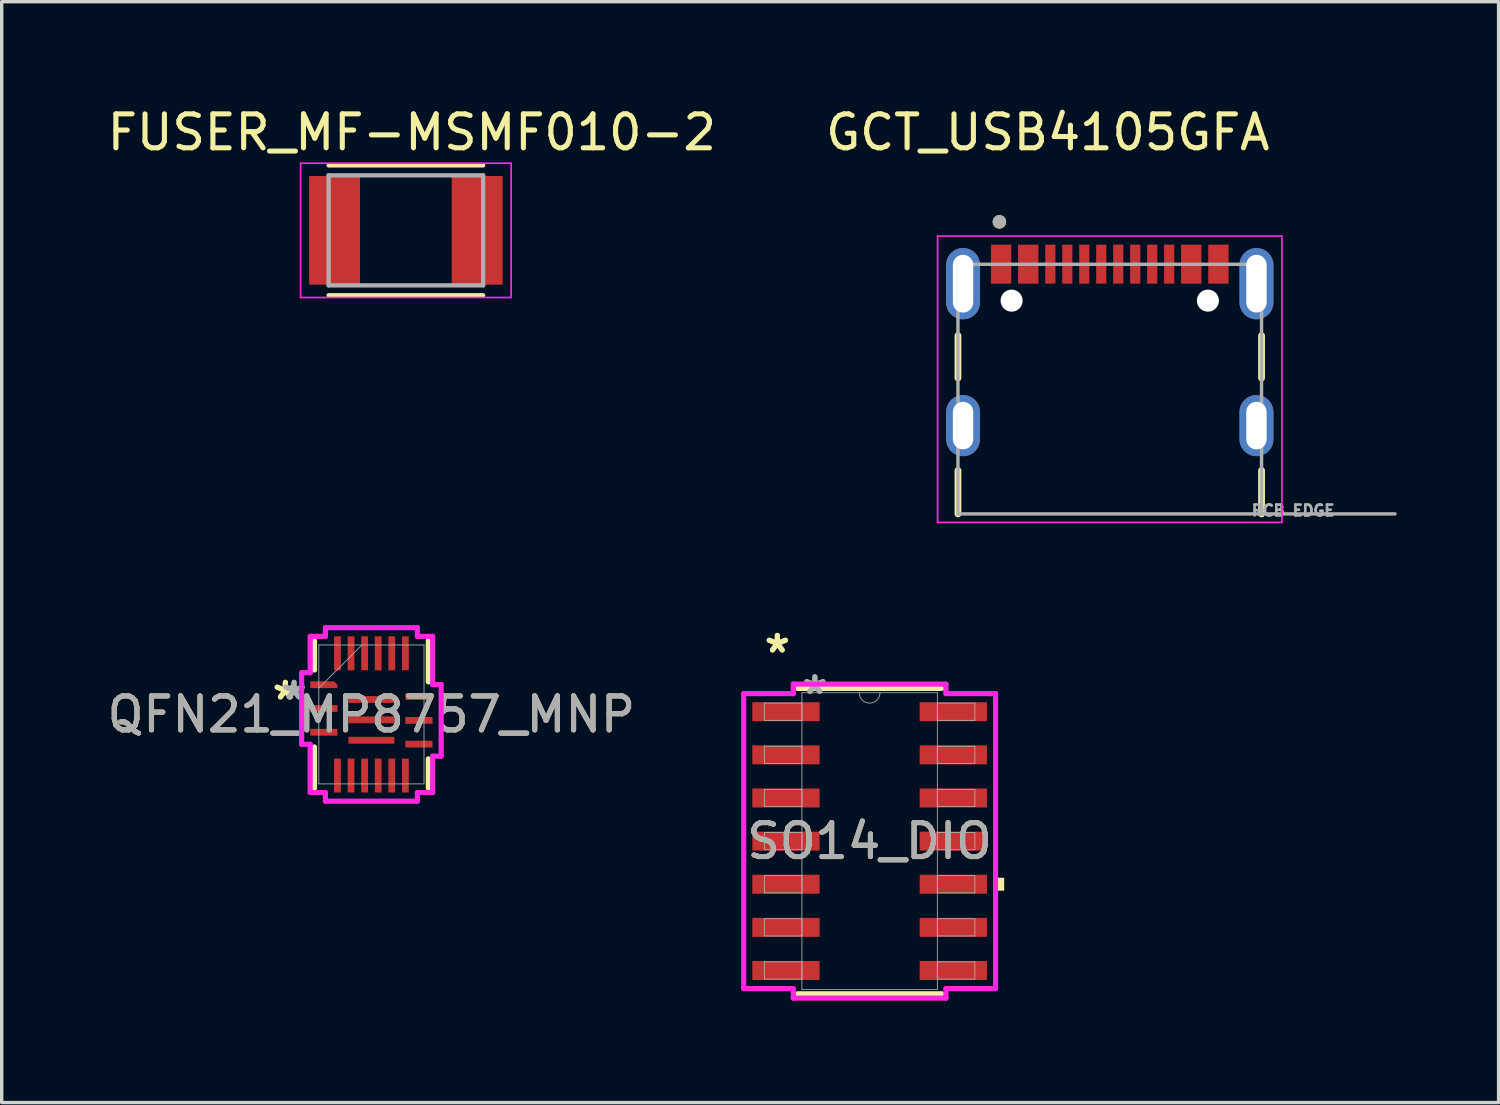
<source format=kicad_pcb>
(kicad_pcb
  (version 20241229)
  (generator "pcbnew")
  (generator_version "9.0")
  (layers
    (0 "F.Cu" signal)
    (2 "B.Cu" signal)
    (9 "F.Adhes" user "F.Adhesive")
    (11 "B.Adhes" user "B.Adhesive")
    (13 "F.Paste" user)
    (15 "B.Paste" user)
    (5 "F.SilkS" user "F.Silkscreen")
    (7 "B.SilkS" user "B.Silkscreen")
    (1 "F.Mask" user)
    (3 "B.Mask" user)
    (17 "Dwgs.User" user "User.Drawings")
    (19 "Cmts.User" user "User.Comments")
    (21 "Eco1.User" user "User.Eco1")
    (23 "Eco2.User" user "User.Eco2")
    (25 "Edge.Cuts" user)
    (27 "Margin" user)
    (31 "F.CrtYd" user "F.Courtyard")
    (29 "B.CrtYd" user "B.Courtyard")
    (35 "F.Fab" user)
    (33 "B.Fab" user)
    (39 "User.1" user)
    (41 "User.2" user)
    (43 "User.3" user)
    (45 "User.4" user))
  (footprint "GCT_USB4105GFA"
    (layer "F.Cu")
    (at 29.629 9.483)
    (property "Reference" "GCT_USB4105GFA" (at -1.825 -8.635 0) (layer "F.SilkS") (effects (font (size 1 1) (thickness 0.15))))
    (attr smd)
    (fp_line (start -4.47 -2.65) (end -4.47 -1.4) (stroke (width 0.2) (type solid)) (layer "F.SilkS"))
    (fp_line (start -4.47 1.32) (end -4.47 2.6) (stroke (width 0.2) (type solid)) (layer "F.SilkS"))
    (fp_line (start 4.47 -2.65) (end 4.47 -1.4) (stroke (width 0.2) (type solid)) (layer "F.SilkS"))
    (fp_line (start 4.47 2.6) (end 4.47 1.32) (stroke (width 0.2) (type solid)) (layer "F.SilkS"))
    (fp_circle (center -3.25 -6) (end -3.15 -6) (stroke (width 0.2) (type solid)) (fill no) (layer "F.SilkS"))
    (fp_line (start -5.07 -5.58) (end -5.07 2.85) (stroke (width 0.05) (type solid)) (layer "F.CrtYd"))
    (fp_line (start -5.07 2.85) (end 5.07 2.85) (stroke (width 0.05) (type solid)) (layer "F.CrtYd"))
    (fp_line (start 5.07 -5.58) (end -5.07 -5.58) (stroke (width 0.05) (type solid)) (layer "F.CrtYd"))
    (fp_line (start 5.07 2.85) (end 5.07 -5.58) (stroke (width 0.05) (type solid)) (layer "F.CrtYd"))
    (fp_line (start -4.47 -4.75) (end 4.47 -4.75) (stroke (width 0.1) (type solid)) (layer "F.Fab"))
    (fp_line (start -4.47 2.6) (end -4.47 -4.75) (stroke (width 0.1) (type solid)) (layer "F.Fab"))
    (fp_line (start 4.47 -4.75) (end 4.47 2.6) (stroke (width 0.1) (type solid)) (layer "F.Fab"))
    (fp_line (start 4.47 2.6) (end -4.47 2.6) (stroke (width 0.1) (type solid)) (layer "F.Fab"))
    (fp_line (start 4.47 2.6) (end 8.4 2.6) (stroke (width 0.1) (type solid)) (layer "F.Fab"))
    (fp_circle (center -3.25 -6) (end -3.15 -6) (stroke (width 0.2) (type solid)) (fill no) (layer "F.Fab"))
    (fp_text user "PCB EDGE" (at 5.4 2.5 0) (layer "F.Fab") (effects (font (size 0.32 0.32) (thickness 0.15))))
    (pad "" np_thru_hole circle (at -2.89 -3.68) (size 0.65 0.65) (drill 0.65) (layers "*.Cu" "*.Mask"))
    (pad "" np_thru_hole circle (at 2.89 -3.68) (size 0.65 0.65) (drill 0.65) (layers "*.Cu" "*.Mask"))
    (pad "A1_B12" smd rect (at -3.2 -4.755) (size 0.6 1.15) (layers "F.Cu" "F.Mask" "F.Paste"))
    (pad "A4_B9" smd rect (at -2.4 -4.755) (size 0.6 1.15) (layers "F.Cu" "F.Mask" "F.Paste"))
    (pad "A5" smd rect (at -1.25 -4.755) (size 0.3 1.15) (layers "F.Cu" "F.Mask" "F.Paste"))
    (pad "A6" smd rect (at -0.25 -4.755) (size 0.3 1.15) (layers "F.Cu" "F.Mask" "F.Paste"))
    (pad "A7" smd rect (at 0.25 -4.755) (size 0.3 1.15) (layers "F.Cu" "F.Mask" "F.Paste"))
    (pad "A8" smd rect (at 1.25 -4.755) (size 0.3 1.15) (layers "F.Cu" "F.Mask" "F.Paste"))
    (pad "B1_A12" smd rect (at 3.2 -4.755) (size 0.6 1.15) (layers "F.Cu" "F.Mask" "F.Paste"))
    (pad "B4_A9" smd rect (at 2.4 -4.755) (size 0.6 1.15) (layers "F.Cu" "F.Mask" "F.Paste"))
    (pad "B5" smd rect (at 1.75 -4.755) (size 0.3 1.15) (layers "F.Cu" "F.Mask" "F.Paste"))
    (pad "B6" smd rect (at 0.75 -4.755) (size 0.3 1.15) (layers "F.Cu" "F.Mask" "F.Paste"))
    (pad "B7" smd rect (at -0.75 -4.755) (size 0.3 1.15) (layers "F.Cu" "F.Mask" "F.Paste"))
    (pad "B8" smd rect (at -1.75 -4.755) (size 0.3 1.15) (layers "F.Cu" "F.Mask" "F.Paste"))
    (pad "SH1" thru_hole oval (at -4.32 -4.18) (size 1 2.1) (drill oval 0.6 1.7) (layers "*.Cu" "*.Mask"))
    (pad "SH2" thru_hole oval (at 4.32 -4.18) (size 1 2.1) (drill oval 0.6 1.7) (layers "*.Cu" "*.Mask"))
    (pad "SH3" thru_hole oval (at -4.32 0) (size 1 1.8) (drill oval 0.6 1.4) (layers "*.Cu" "*.Mask"))
    (pad "SH4" thru_hole oval (at 4.32 0) (size 1 1.8) (drill oval 0.6 1.4) (layers "*.Cu" "*.Mask")))
  (footprint "FUSER_MF-MSMF010-2"
    (layer "F.Cu")
    (at 8.902 3.733)
    (property "Reference" "FUSER_MF-MSMF010-2" (at 0.175 -2.885 0) (layer "F.SilkS") (effects (font (size 1 1) (thickness 0.15))))
    (attr smd)
    (fp_line (start -2.275 1.913) (end 2.275 1.913) (stroke (width 0.127) (type solid)) (layer "F.SilkS"))
    (fp_line (start 2.275 -1.913) (end -2.275 -1.913) (stroke (width 0.127) (type solid)) (layer "F.SilkS"))
    (fp_line (start -3.1 -1.977) (end 3.1 -1.977) (stroke (width 0.05) (type solid)) (layer "F.CrtYd"))
    (fp_line (start -3.1 1.977) (end -3.1 -1.977) (stroke (width 0.05) (type solid)) (layer "F.CrtYd"))
    (fp_line (start 3.1 -1.977) (end 3.1 1.977) (stroke (width 0.05) (type solid)) (layer "F.CrtYd"))
    (fp_line (start 3.1 1.977) (end -3.1 1.977) (stroke (width 0.05) (type solid)) (layer "F.CrtYd"))
    (fp_line (start -2.275 -1.62) (end -2.275 1.62) (stroke (width 0.127) (type solid)) (layer "F.Fab"))
    (fp_line (start -2.275 1.62) (end 2.275 1.62) (stroke (width 0.127) (type solid)) (layer "F.Fab"))
    (fp_line (start 2.275 -1.62) (end -2.275 -1.62) (stroke (width 0.127) (type solid)) (layer "F.Fab"))
    (fp_line (start 2.275 1.62) (end 2.275 -1.62) (stroke (width 0.127) (type solid)) (layer "F.Fab"))
    (pad "1" smd rect (at -2.1 0) (size 1.5 3.2) (layers "F.Cu" "F.Mask" "F.Paste"))
    (pad "2" smd rect (at 2.1 0) (size 1.5 3.2) (layers "F.Cu" "F.Mask" "F.Paste")))
  (footprint "SO14_DIO"
    (layer "F.Cu")
    (at 22.558 21.718)
    (property "Reference" "SO14_DIO" (at 0 0 0) (unlocked yes) (layer "F.SilkS") (effects (font (size 1 1) (thickness 0.15))))
    (attr smd)
    (fp_line (start -2.121 4.496) (end 2.121 4.496) (stroke (width 0.152) (type solid)) (layer "F.SilkS"))
    (fp_line (start 2.121 -4.496) (end -2.121 -4.496) (stroke (width 0.152) (type solid)) (layer "F.SilkS"))
    (fp_poly (pts (xy 3.962 1.079) (xy 3.962 1.46) (xy 3.708 1.46) (xy 3.708 1.079)) (stroke (width 0) (type solid)) (fill yes) (layer "F.SilkS"))
    (fp_line (start -3.708 -4.343) (end -2.248 -4.343) (stroke (width 0.152) (type solid)) (layer "F.CrtYd"))
    (fp_line (start -3.708 4.343) (end -3.708 -4.343) (stroke (width 0.152) (type solid)) (layer "F.CrtYd"))
    (fp_line (start -3.708 4.343) (end -2.248 4.343) (stroke (width 0.152) (type solid)) (layer "F.CrtYd"))
    (fp_line (start -2.248 -4.623) (end 2.248 -4.623) (stroke (width 0.152) (type solid)) (layer "F.CrtYd"))
    (fp_line (start -2.248 -4.343) (end -2.248 -4.623) (stroke (width 0.152) (type solid)) (layer "F.CrtYd"))
    (fp_line (start -2.248 4.623) (end -2.248 4.343) (stroke (width 0.152) (type solid)) (layer "F.CrtYd"))
    (fp_line (start 2.248 -4.623) (end 2.248 -4.343) (stroke (width 0.152) (type solid)) (layer "F.CrtYd"))
    (fp_line (start 2.248 4.343) (end 2.248 4.623) (stroke (width 0.152) (type solid)) (layer "F.CrtYd"))
    (fp_line (start 2.248 4.623) (end -2.248 4.623) (stroke (width 0.152) (type solid)) (layer "F.CrtYd"))
    (fp_line (start 3.708 -4.343) (end 2.248 -4.343) (stroke (width 0.152) (type solid)) (layer "F.CrtYd"))
    (fp_line (start 3.708 -4.343) (end 3.708 4.343) (stroke (width 0.152) (type solid)) (layer "F.CrtYd"))
    (fp_line (start 3.708 4.343) (end 2.248 4.343) (stroke (width 0.152) (type solid)) (layer "F.CrtYd"))
    (fp_line (start -3.099 -4.064) (end -3.099 -3.556) (stroke (width 0.025) (type solid)) (layer "F.Fab"))
    (fp_line (start -3.099 -3.556) (end -1.994 -3.556) (stroke (width 0.025) (type solid)) (layer "F.Fab"))
    (fp_line (start -3.099 -2.794) (end -3.099 -2.286) (stroke (width 0.025) (type solid)) (layer "F.Fab"))
    (fp_line (start -3.099 -2.286) (end -1.994 -2.286) (stroke (width 0.025) (type solid)) (layer "F.Fab"))
    (fp_line (start -3.099 -1.524) (end -3.099 -1.016) (stroke (width 0.025) (type solid)) (layer "F.Fab"))
    (fp_line (start -3.099 -1.016) (end -1.994 -1.016) (stroke (width 0.025) (type solid)) (layer "F.Fab"))
    (fp_line (start -3.099 -0.254) (end -3.099 0.254) (stroke (width 0.025) (type solid)) (layer "F.Fab"))
    (fp_line (start -3.099 0.254) (end -1.994 0.254) (stroke (width 0.025) (type solid)) (layer "F.Fab"))
    (fp_line (start -3.099 1.016) (end -3.099 1.524) (stroke (width 0.025) (type solid)) (layer "F.Fab"))
    (fp_line (start -3.099 1.524) (end -1.994 1.524) (stroke (width 0.025) (type solid)) (layer "F.Fab"))
    (fp_line (start -3.099 2.286) (end -3.099 2.794) (stroke (width 0.025) (type solid)) (layer "F.Fab"))
    (fp_line (start -3.099 2.794) (end -1.994 2.794) (stroke (width 0.025) (type solid)) (layer "F.Fab"))
    (fp_line (start -3.099 3.556) (end -3.099 4.064) (stroke (width 0.025) (type solid)) (layer "F.Fab"))
    (fp_line (start -3.099 4.064) (end -1.994 4.064) (stroke (width 0.025) (type solid)) (layer "F.Fab"))
    (fp_line (start -1.994 -4.369) (end -1.994 4.369) (stroke (width 0.025) (type solid)) (layer "F.Fab"))
    (fp_line (start -1.994 -4.064) (end -3.099 -4.064) (stroke (width 0.025) (type solid)) (layer "F.Fab"))
    (fp_line (start -1.994 -3.556) (end -1.994 -4.064) (stroke (width 0.025) (type solid)) (layer "F.Fab"))
    (fp_line (start -1.994 -2.794) (end -3.099 -2.794) (stroke (width 0.025) (type solid)) (layer "F.Fab"))
    (fp_line (start -1.994 -2.286) (end -1.994 -2.794) (stroke (width 0.025) (type solid)) (layer "F.Fab"))
    (fp_line (start -1.994 -1.524) (end -3.099 -1.524) (stroke (width 0.025) (type solid)) (layer "F.Fab"))
    (fp_line (start -1.994 -1.016) (end -1.994 -1.524) (stroke (width 0.025) (type solid)) (layer "F.Fab"))
    (fp_line (start -1.994 -0.254) (end -3.099 -0.254) (stroke (width 0.025) (type solid)) (layer "F.Fab"))
    (fp_line (start -1.994 0.254) (end -1.994 -0.254) (stroke (width 0.025) (type solid)) (layer "F.Fab"))
    (fp_line (start -1.994 1.016) (end -3.099 1.016) (stroke (width 0.025) (type solid)) (layer "F.Fab"))
    (fp_line (start -1.994 1.524) (end -1.994 1.016) (stroke (width 0.025) (type solid)) (layer "F.Fab"))
    (fp_line (start -1.994 2.286) (end -3.099 2.286) (stroke (width 0.025) (type solid)) (layer "F.Fab"))
    (fp_line (start -1.994 2.794) (end -1.994 2.286) (stroke (width 0.025) (type solid)) (layer "F.Fab"))
    (fp_line (start -1.994 3.556) (end -3.099 3.556) (stroke (width 0.025) (type solid)) (layer "F.Fab"))
    (fp_line (start -1.994 4.064) (end -1.994 3.556) (stroke (width 0.025) (type solid)) (layer "F.Fab"))
    (fp_line (start -1.994 4.369) (end 1.994 4.369) (stroke (width 0.025) (type solid)) (layer "F.Fab"))
    (fp_line (start 1.994 -4.369) (end -1.994 -4.369) (stroke (width 0.025) (type solid)) (layer "F.Fab"))
    (fp_line (start 1.994 -4.064) (end 1.994 -3.556) (stroke (width 0.025) (type solid)) (layer "F.Fab"))
    (fp_line (start 1.994 -3.556) (end 3.099 -3.556) (stroke (width 0.025) (type solid)) (layer "F.Fab"))
    (fp_line (start 1.994 -2.794) (end 1.994 -2.286) (stroke (width 0.025) (type solid)) (layer "F.Fab"))
    (fp_line (start 1.994 -2.286) (end 3.099 -2.286) (stroke (width 0.025) (type solid)) (layer "F.Fab"))
    (fp_line (start 1.994 -1.524) (end 1.994 -1.016) (stroke (width 0.025) (type solid)) (layer "F.Fab"))
    (fp_line (start 1.994 -1.016) (end 3.099 -1.016) (stroke (width 0.025) (type solid)) (layer "F.Fab"))
    (fp_line (start 1.994 -0.254) (end 1.994 0.254) (stroke (width 0.025) (type solid)) (layer "F.Fab"))
    (fp_line (start 1.994 0.254) (end 3.099 0.254) (stroke (width 0.025) (type solid)) (layer "F.Fab"))
    (fp_line (start 1.994 1.016) (end 1.994 1.524) (stroke (width 0.025) (type solid)) (layer "F.Fab"))
    (fp_line (start 1.994 1.524) (end 3.099 1.524) (stroke (width 0.025) (type solid)) (layer "F.Fab"))
    (fp_line (start 1.994 2.286) (end 1.994 2.794) (stroke (width 0.025) (type solid)) (layer "F.Fab"))
    (fp_line (start 1.994 2.794) (end 3.099 2.794) (stroke (width 0.025) (type solid)) (layer "F.Fab"))
    (fp_line (start 1.994 3.556) (end 1.994 4.064) (stroke (width 0.025) (type solid)) (layer "F.Fab"))
    (fp_line (start 1.994 4.064) (end 3.099 4.064) (stroke (width 0.025) (type solid)) (layer "F.Fab"))
    (fp_line (start 1.994 4.369) (end 1.994 -4.369) (stroke (width 0.025) (type solid)) (layer "F.Fab"))
    (fp_line (start 3.099 -4.064) (end 1.994 -4.064) (stroke (width 0.025) (type solid)) (layer "F.Fab"))
    (fp_line (start 3.099 -3.556) (end 3.099 -4.064) (stroke (width 0.025) (type solid)) (layer "F.Fab"))
    (fp_line (start 3.099 -2.794) (end 1.994 -2.794) (stroke (width 0.025) (type solid)) (layer "F.Fab"))
    (fp_line (start 3.099 -2.286) (end 3.099 -2.794) (stroke (width 0.025) (type solid)) (layer "F.Fab"))
    (fp_line (start 3.099 -1.524) (end 1.994 -1.524) (stroke (width 0.025) (type solid)) (layer "F.Fab"))
    (fp_line (start 3.099 -1.016) (end 3.099 -1.524) (stroke (width 0.025) (type solid)) (layer "F.Fab"))
    (fp_line (start 3.099 -0.254) (end 1.994 -0.254) (stroke (width 0.025) (type solid)) (layer "F.Fab"))
    (fp_line (start 3.099 0.254) (end 3.099 -0.254) (stroke (width 0.025) (type solid)) (layer "F.Fab"))
    (fp_line (start 3.099 1.016) (end 1.994 1.016) (stroke (width 0.025) (type solid)) (layer "F.Fab"))
    (fp_line (start 3.099 1.524) (end 3.099 1.016) (stroke (width 0.025) (type solid)) (layer "F.Fab"))
    (fp_line (start 3.099 2.286) (end 1.994 2.286) (stroke (width 0.025) (type solid)) (layer "F.Fab"))
    (fp_line (start 3.099 2.794) (end 3.099 2.286) (stroke (width 0.025) (type solid)) (layer "F.Fab"))
    (fp_line (start 3.099 3.556) (end 1.994 3.556) (stroke (width 0.025) (type solid)) (layer "F.Fab"))
    (fp_line (start 3.099 4.064) (end 3.099 3.556) (stroke (width 0.025) (type solid)) (layer "F.Fab"))
    (fp_arc (start 0.3048 -4.3688) (mid 0 -4.064) (end -0.3048 -4.3688) (stroke (width 0.0254) (type solid)) (layer "F.Fab"))
    (fp_text user "*" (at -2.718 -5.512 0) (unlocked yes) (layer "F.SilkS") (effects (font (size 1 1) (thickness 0.15))))
    (fp_text user "*" (at -2.718 -5.512 0) (layer "F.SilkS") (effects (font (size 1 1) (thickness 0.15))))
    (fp_text user "*" (at -1.613 -4.293 0) (layer "F.Fab") (effects (font (size 1 1) (thickness 0.15))))
    (fp_text user "${REFERENCE}" (at 0 0 0) (unlocked yes) (layer "F.Fab") (effects (font (size 1 1) (thickness 0.15))))
    (fp_text user "*" (at -1.613 -4.293 0) (unlocked yes) (layer "F.Fab") (effects (font (size 1 1) (thickness 0.15))))
    (pad "1" smd rect (at -2.464 -3.81) (size 1.981 0.559) (layers "F.Cu" "F.Mask" "F.Paste"))
    (pad "2" smd rect (at -2.464 -2.54) (size 1.981 0.559) (layers "F.Cu" "F.Mask" "F.Paste"))
    (pad "3" smd rect (at -2.464 -1.27) (size 1.981 0.559) (layers "F.Cu" "F.Mask" "F.Paste"))
    (pad "4" smd rect (at -2.464 0) (size 1.981 0.559) (layers "F.Cu" "F.Mask" "F.Paste"))
    (pad "5" smd rect (at -2.464 1.27) (size 1.981 0.559) (layers "F.Cu" "F.Mask" "F.Paste"))
    (pad "6" smd rect (at -2.464 2.54) (size 1.981 0.559) (layers "F.Cu" "F.Mask" "F.Paste"))
    (pad "7" smd rect (at -2.464 3.81) (size 1.981 0.559) (layers "F.Cu" "F.Mask" "F.Paste"))
    (pad "8" smd rect (at 2.464 3.81) (size 1.981 0.559) (layers "F.Cu" "F.Mask" "F.Paste"))
    (pad "9" smd rect (at 2.464 2.54) (size 1.981 0.559) (layers "F.Cu" "F.Mask" "F.Paste"))
    (pad "10" smd rect (at 2.464 1.27) (size 1.981 0.559) (layers "F.Cu" "F.Mask" "F.Paste"))
    (pad "11" smd rect (at 2.464 0) (size 1.981 0.559) (layers "F.Cu" "F.Mask" "F.Paste"))
    (pad "12" smd rect (at 2.464 -1.27) (size 1.981 0.559) (layers "F.Cu" "F.Mask" "F.Paste"))
    (pad "13" smd rect (at 2.464 -2.54) (size 1.981 0.559) (layers "F.Cu" "F.Mask" "F.Paste"))
    (pad "14" smd rect (at 2.464 -3.81) (size 1.981 0.559) (layers "F.Cu" "F.Mask" "F.Paste")))
  (footprint "QFN21_MP8757_MNP"
    (layer "F.Cu")
    (at 7.887 17.988)
    (property "Reference" "QFN21_MP8757_MNP" (at 0 0 0) (unlocked yes) (layer "F.SilkS") (effects (font (size 1 1) (thickness 0.15))))
    (attr smd)
    (fp_poly (pts (xy -1.8 -0.975) (xy -1.8 -0.775) (xy -1 -0.775) (xy -1 -0.875) (xy -1.1 -0.975)) (stroke (width 0) (type solid)) (fill yes) (layer "F.Cu"))
    (fp_poly (pts (xy -1.8 -0.975) (xy -1.8 -0.775) (xy -1 -0.775) (xy -1 -0.875) (xy -1.1 -0.975)) (stroke (width 0) (type solid)) (fill yes) (layer "F.Mask"))
    (fp_line (start -1.676 -1.308) (end -1.676 -2.172) (stroke (width 0.152) (type solid)) (layer "F.SilkS"))
    (fp_line (start -1.676 2.172) (end -1.676 0.958) (stroke (width 0.152) (type solid)) (layer "F.SilkS"))
    (fp_line (start 1.676 -2.172) (end 1.676 -0.958) (stroke (width 0.152) (type solid)) (layer "F.SilkS"))
    (fp_line (start 1.676 1.308) (end 1.676 2.172) (stroke (width 0.152) (type solid)) (layer "F.SilkS"))
    (fp_poly (pts (xy -1.8 -0.975) (xy -1.8 -0.775) (xy -1 -0.775) (xy -1 -0.875) (xy -1.1 -0.975)) (stroke (width 0) (type solid)) (fill yes) (layer "F.Paste"))
    (fp_line (start -2.054 -1.229) (end -2.054 0.879) (stroke (width 0.152) (type solid)) (layer "F.CrtYd"))
    (fp_line (start -2.054 0.879) (end -1.803 0.879) (stroke (width 0.152) (type solid)) (layer "F.CrtYd"))
    (fp_line (start -1.803 -2.299) (end -1.803 -1.229) (stroke (width 0.152) (type solid)) (layer "F.CrtYd"))
    (fp_line (start -1.803 -1.229) (end -2.054 -1.229) (stroke (width 0.152) (type solid)) (layer "F.CrtYd"))
    (fp_line (start -1.803 0.879) (end -1.803 2.299) (stroke (width 0.152) (type solid)) (layer "F.CrtYd"))
    (fp_line (start -1.803 2.299) (end -1.354 2.299) (stroke (width 0.152) (type solid)) (layer "F.CrtYd"))
    (fp_line (start -1.354 -2.554) (end -1.354 -2.299) (stroke (width 0.152) (type solid)) (layer "F.CrtYd"))
    (fp_line (start -1.354 -2.299) (end -1.803 -2.299) (stroke (width 0.152) (type solid)) (layer "F.CrtYd"))
    (fp_line (start -1.354 2.299) (end -1.354 2.554) (stroke (width 0.152) (type solid)) (layer "F.CrtYd"))
    (fp_line (start -1.354 2.554) (end 1.354 2.554) (stroke (width 0.152) (type solid)) (layer "F.CrtYd"))
    (fp_line (start 1.354 -2.554) (end -1.354 -2.554) (stroke (width 0.152) (type solid)) (layer "F.CrtYd"))
    (fp_line (start 1.354 -2.299) (end 1.354 -2.554) (stroke (width 0.152) (type solid)) (layer "F.CrtYd"))
    (fp_line (start 1.354 2.299) (end 1.803 2.299) (stroke (width 0.152) (type solid)) (layer "F.CrtYd"))
    (fp_line (start 1.354 2.554) (end 1.354 2.299) (stroke (width 0.152) (type solid)) (layer "F.CrtYd"))
    (fp_line (start 1.803 -2.299) (end 1.354 -2.299) (stroke (width 0.152) (type solid)) (layer "F.CrtYd"))
    (fp_line (start 1.803 -0.879) (end 1.803 -2.299) (stroke (width 0.152) (type solid)) (layer "F.CrtYd"))
    (fp_line (start 1.803 1.229) (end 2.054 1.229) (stroke (width 0.152) (type solid)) (layer "F.CrtYd"))
    (fp_line (start 1.803 2.299) (end 1.803 1.229) (stroke (width 0.152) (type solid)) (layer "F.CrtYd"))
    (fp_line (start 2.054 -0.879) (end 1.803 -0.879) (stroke (width 0.152) (type solid)) (layer "F.CrtYd"))
    (fp_line (start 2.054 1.229) (end 2.054 -0.879) (stroke (width 0.152) (type solid)) (layer "F.CrtYd"))
    (fp_line (start -1.549 -2.045) (end -1.549 2.045) (stroke (width 0.025) (type solid)) (layer "F.Fab"))
    (fp_line (start -1.549 -0.775) (end -0.279 -2.045) (stroke (width 0.025) (type solid)) (layer "F.Fab"))
    (fp_line (start -1.549 2.045) (end 1.549 2.045) (stroke (width 0.025) (type solid)) (layer "F.Fab"))
    (fp_line (start 1.549 -2.045) (end -1.549 -2.045) (stroke (width 0.025) (type solid)) (layer "F.Fab"))
    (fp_line (start 1.549 2.045) (end 1.549 -2.045) (stroke (width 0.025) (type solid)) (layer "F.Fab"))
    (fp_text user "*" (at -2.535 -0.4 0) (unlocked yes) (layer "F.SilkS") (effects (font (size 1 1) (thickness 0.15))))
    (fp_text user "*" (at -2.535 -0.4 0) (layer "F.SilkS") (effects (font (size 1 1) (thickness 0.15))))
    (fp_text user "*" (at -2.278 -0.4 0) (unlocked yes) (layer "F.Fab") (effects (font (size 1 1) (thickness 0.15))))
    (fp_text user "${REFERENCE}" (at 0 0 0) (unlocked yes) (layer "F.Fab") (effects (font (size 1 1) (thickness 0.15))))
    (fp_text user "*" (at -2.278 -0.4 0) (layer "F.Fab") (effects (font (size 1 1) (thickness 0.15))))
    (pad "1" smd rect (at -1.4 -0.875) (size 0.127 0.127) (layers "F.Cu" "F.Mask" "F.Paste"))
    (pad "2" smd rect (at -1.4 -0.175) (size 0.8 0.2) (layers "F.Cu" "F.Mask" "F.Paste"))
    (pad "3" smd rect (at -1.4 0.525) (size 0.8 0.2) (layers "F.Cu" "F.Mask" "F.Paste"))
    (pad "4" smd rect (at -1 1.8 90) (size 1 0.2) (layers "F.Cu" "F.Mask" "F.Paste"))
    (pad "5" smd rect (at -0.6 1.8 90) (size 1 0.2) (layers "F.Cu" "F.Mask" "F.Paste"))
    (pad "6" smd rect (at -0.2 1.8 90) (size 1 0.2) (layers "F.Cu" "F.Mask" "F.Paste"))
    (pad "7" smd rect (at 0.2 1.8 90) (size 1 0.2) (layers "F.Cu" "F.Mask" "F.Paste"))
    (pad "8" smd rect (at 0.6 1.8 90) (size 1 0.2) (layers "F.Cu" "F.Mask" "F.Paste"))
    (pad "9" smd rect (at 1 1.8 90) (size 1 0.2) (layers "F.Cu" "F.Mask" "F.Paste"))
    (pad "10" smd rect (at 1.4 0.875) (size 0.8 0.2) (layers "F.Cu" "F.Mask" "F.Paste"))
    (pad "11" smd rect (at 1.4 0.175) (size 0.8 0.2) (layers "F.Cu" "F.Mask" "F.Paste"))
    (pad "12" smd rect (at 1.4 -0.525) (size 0.8 0.2) (layers "F.Cu" "F.Mask" "F.Paste"))
    (pad "13" smd rect (at 1 -1.8 90) (size 1 0.2) (layers "F.Cu" "F.Mask" "F.Paste"))
    (pad "14" smd rect (at 0.6 -1.8 90) (size 1 0.2) (layers "F.Cu" "F.Mask" "F.Paste"))
    (pad "15" smd rect (at 0.2 -1.8 90) (size 1 0.2) (layers "F.Cu" "F.Mask" "F.Paste"))
    (pad "16" smd rect (at -0.2 -1.8 90) (size 1 0.2) (layers "F.Cu" "F.Mask" "F.Paste"))
    (pad "17" smd rect (at -0.6 -1.8 90) (size 1 0.2) (layers "F.Cu" "F.Mask" "F.Paste"))
    (pad "18" smd rect (at -1 -1.8 90) (size 1 0.2) (layers "F.Cu" "F.Mask" "F.Paste"))
    (pad "19" smd rect (at 0 -0.44) (size 1.35 0.2) (layers "F.Cu" "F.Mask" "F.Paste"))
    (pad "20" smd rect (at 0 0.16) (size 1.35 0.2) (layers "F.Cu" "F.Mask" "F.Paste"))
    (pad "21" smd rect (at 0 0.76) (size 1.35 0.2) (layers "F.Cu" "F.Mask" "F.Paste")))
  (gr_rect
    (start -3 -3)
    (end 41.079 29.417)
    (stroke (width 0.1) (type default))
    (fill no)
    (layer "Edge.Cuts")))
</source>
